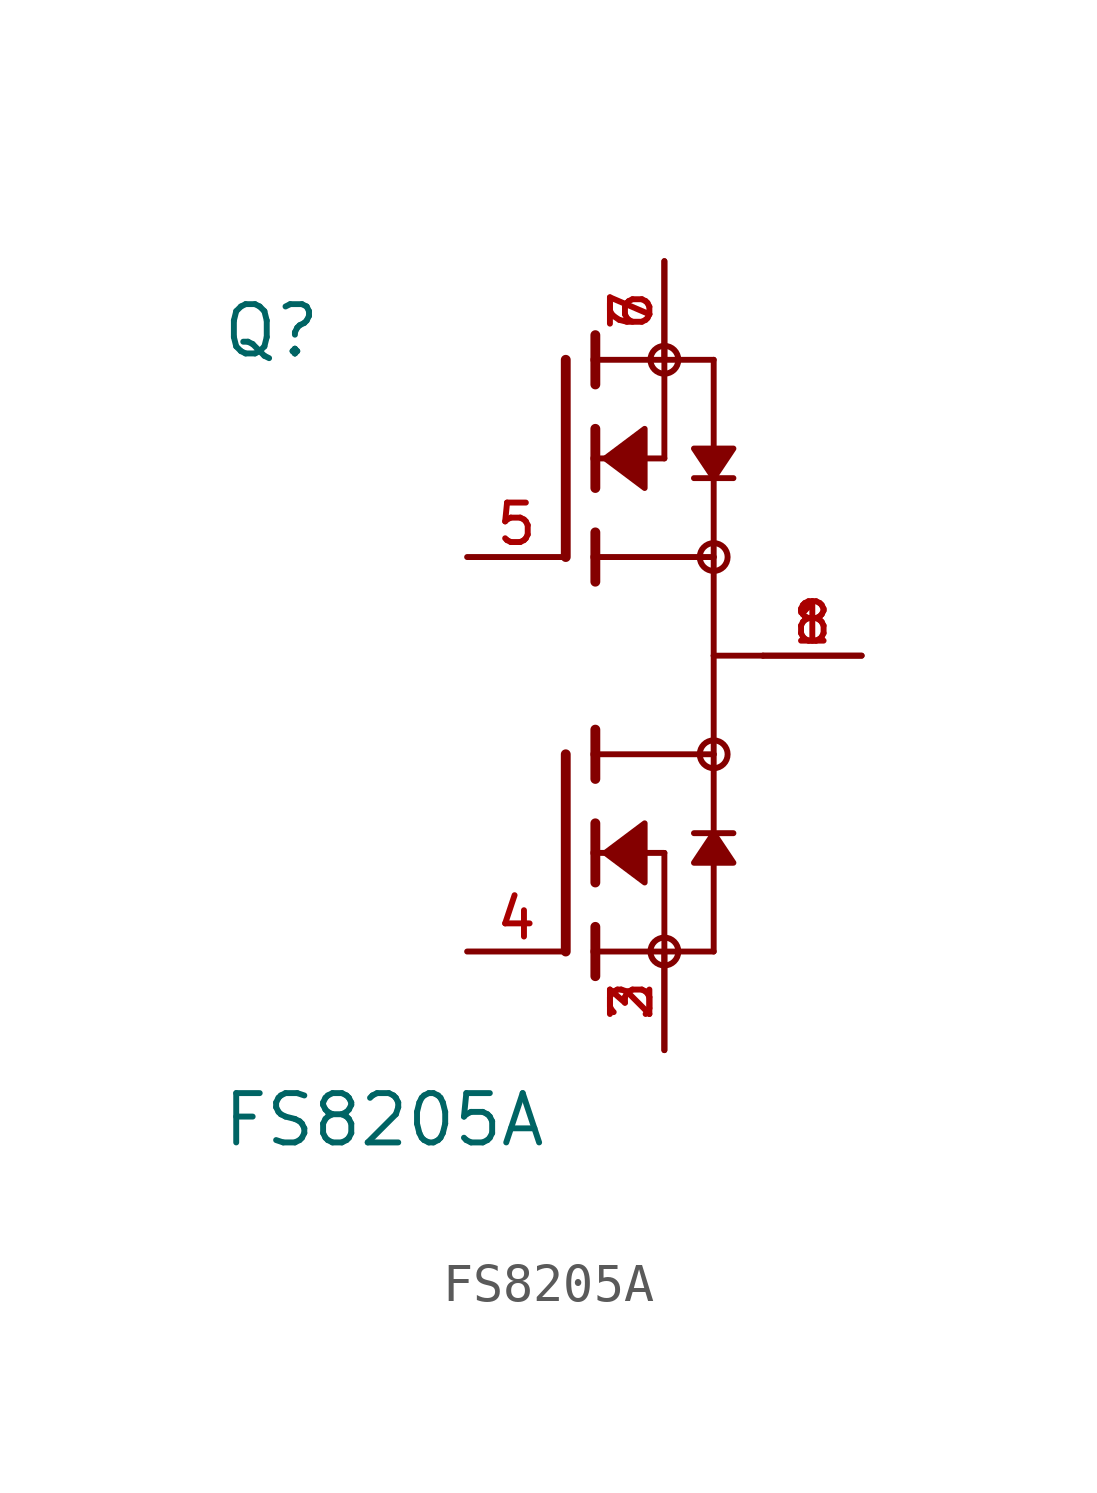
<source format=kicad_sym>
(kicad_symbol_lib
  (version 20211014)
  (generator kicad_symbol_editor)
  (symbol "FS8205A"
    (pin_names
      (offset 1.016))
    (property "Reference" "Q"
      (at -11.43 7.62 0)
      (effects (font (size 1.27 1.27)) (justify bottom left)))
    (property "Value" "FS8205A"
      (at -11.43 -12.7 0)
      (effects (font (size 1.27 1.27)) (justify bottom left)))
    (symbol "FS8205A_0_0"
      (polyline (pts (xy -1.778 -4.318) (xy -1.778 -5.08)) (stroke (width 0.254)))
      (polyline (pts (xy -1.778 -5.08) (xy -1.778 -5.842)) (stroke (width 0.254)))
      (polyline (pts (xy -1.778 -1.905) (xy -1.778 -2.54)) (stroke (width 0.254)))
      (polyline (pts (xy -1.778 -2.54) (xy -1.778 -3.175)) (stroke (width 0.254)))
      (polyline (pts (xy -1.778 -5.08) (xy 0.0 -5.08)) (stroke (width 0.152)))
      (polyline (pts (xy 0.0 -5.08) (xy 0.0 -7.62)) (stroke (width 0.152)))
      (polyline (pts (xy -1.778 -6.985) (xy -1.778 -7.62)) (stroke (width 0.254)))
      (polyline (pts (xy -1.778 -7.62) (xy -1.778 -8.255)) (stroke (width 0.254)))
      (polyline (pts (xy -2.54 -2.54) (xy -2.54 -7.62)) (stroke (width 0.254)))
      (polyline (pts (xy 0.0 -7.62) (xy -1.778 -7.62)) (stroke (width 0.152)))
      (polyline (pts (xy 1.27 -2.54) (xy 1.27 -4.572)) (stroke (width 0.152)))
      (polyline (pts (xy 1.27 -4.572) (xy 1.27 -7.62)) (stroke (width 0.152)))
      (polyline (pts (xy 0.0 -7.62) (xy 1.27 -7.62)) (stroke (width 0.152)))
      (polyline (pts (xy -1.778 -2.54) (xy 1.27 -2.54)) (stroke (width 0.152)))
      (polyline (pts (xy 1.778 -4.572) (xy 1.27 -4.572)) (stroke (width 0.152)))
      (polyline (pts (xy 1.27 -4.572) (xy 0.762 -4.572)) (stroke (width 0.152)))
      (circle (center 0.0 -7.62) (radius 0.359) (stroke (width 0.0)) (fill (type none)))
      (circle (center 1.27 -2.54) (radius 0.359) (stroke (width 0.0)) (fill (type none)))
      (polyline (pts (xy 1.27 -4.572) (xy 0.762 -5.334) (xy 1.778 -5.334) (xy 1.27 -4.572)) (stroke (width 0.152)) (fill (type outline)))
      (polyline (pts (xy -1.524 -5.08) (xy -0.508 -4.318) (xy -0.508 -5.842) (xy -1.524 -5.08)) (stroke (width 0.152)) (fill (type outline)))
      (polyline (pts (xy -1.778 5.842) (xy -1.778 5.08)) (stroke (width 0.254)))
      (polyline (pts (xy -1.778 5.08) (xy -1.778 4.318)) (stroke (width 0.254)))
      (polyline (pts (xy -1.778 8.255) (xy -1.778 7.62)) (stroke (width 0.254)))
      (polyline (pts (xy -1.778 7.62) (xy -1.778 6.985)) (stroke (width 0.254)))
      (polyline (pts (xy -1.778 5.08) (xy 0.0 5.08)) (stroke (width 0.152)))
      (polyline (pts (xy -1.778 3.175) (xy -1.778 2.54)) (stroke (width 0.254)))
      (polyline (pts (xy -1.778 2.54) (xy -1.778 1.905)) (stroke (width 0.254)))
      (polyline (pts (xy -2.54 7.62) (xy -2.54 2.54)) (stroke (width 0.254)))
      (polyline (pts (xy 1.27 2.54) (xy -1.778 2.54)) (stroke (width 0.152)))
      (polyline (pts (xy -1.778 7.62) (xy 1.27 7.62)) (stroke (width 0.152)))
      (circle (center 0.0 7.62) (radius 0.359) (stroke (width 0.0)) (fill (type none)))
      (polyline (pts (xy -1.524 5.08) (xy -0.508 5.842) (xy -0.508 4.318) (xy -1.524 5.08)) (stroke (width 0.152)) (fill (type outline)))
      (polyline (pts (xy 1.27 2.54) (xy 1.27 4.572)) (stroke (width 0.152)))
      (polyline (pts (xy 1.27 4.572) (xy 1.27 7.62)) (stroke (width 0.152)))
      (polyline (pts (xy 0.762 4.572) (xy 1.27 4.572)) (stroke (width 0.152)))
      (polyline (pts (xy 1.27 4.572) (xy 1.778 4.572)) (stroke (width 0.152)))
      (polyline (pts (xy 1.27 4.572) (xy 1.778 5.334) (xy 0.762 5.334) (xy 1.27 4.572)) (stroke (width 0.152)) (fill (type outline)))
      (polyline (pts (xy 0.0 7.62) (xy 0.0 5.08)) (stroke (width 0.152)))
      (circle (center 1.27 2.54) (radius 0.359) (stroke (width 0.0)) (fill (type none)))
      (polyline (pts (xy 1.27 -2.54) (xy 1.27 0.0)) (stroke (width 0.152)))
      (polyline (pts (xy 1.27 0.0) (xy 1.27 2.54)) (stroke (width 0.152)))
      (polyline (pts (xy 1.27 0.0) (xy 2.54 0.0)) (stroke (width 0.152)))
      (pin passive line (at 0.0 -10.16 90.0) (length 2.54) (name "~" (effects (font (size 1.016 1.016)))) (number "2" (effects (font (size 1.016 1.016)))))
      (pin passive line (at 0.0 -10.16 90.0) (length 2.54) (name "~" (effects (font (size 1.016 1.016)))) (number "3" (effects (font (size 1.016 1.016)))))
      (pin passive line (at -5.08 -7.62 0) (length 2.54) (name "~" (effects (font (size 1.016 1.016)))) (number "4" (effects (font (size 1.016 1.016)))))
      (pin passive line (at 5.08 0.0 180.0) (length 2.54) (name "~" (effects (font (size 1.016 1.016)))) (number "1" (effects (font (size 1.016 1.016)))))
      (pin passive line (at 5.08 0.0 180.0) (length 2.54) (name "~" (effects (font (size 1.016 1.016)))) (number "8" (effects (font (size 1.016 1.016)))))
      (pin passive line (at -5.08 2.54 0) (length 2.54) (name "~" (effects (font (size 1.016 1.016)))) (number "5" (effects (font (size 1.016 1.016)))))
      (pin passive line (at 0.0 10.16 270.0) (length 2.54) (name "~" (effects (font (size 1.016 1.016)))) (number "6" (effects (font (size 1.016 1.016)))))
      (pin passive line (at 0.0 10.16 270.0) (length 2.54) (name "~" (effects (font (size 1.016 1.016)))) (number "7" (effects (font (size 1.016 1.016))))))))
</source>
